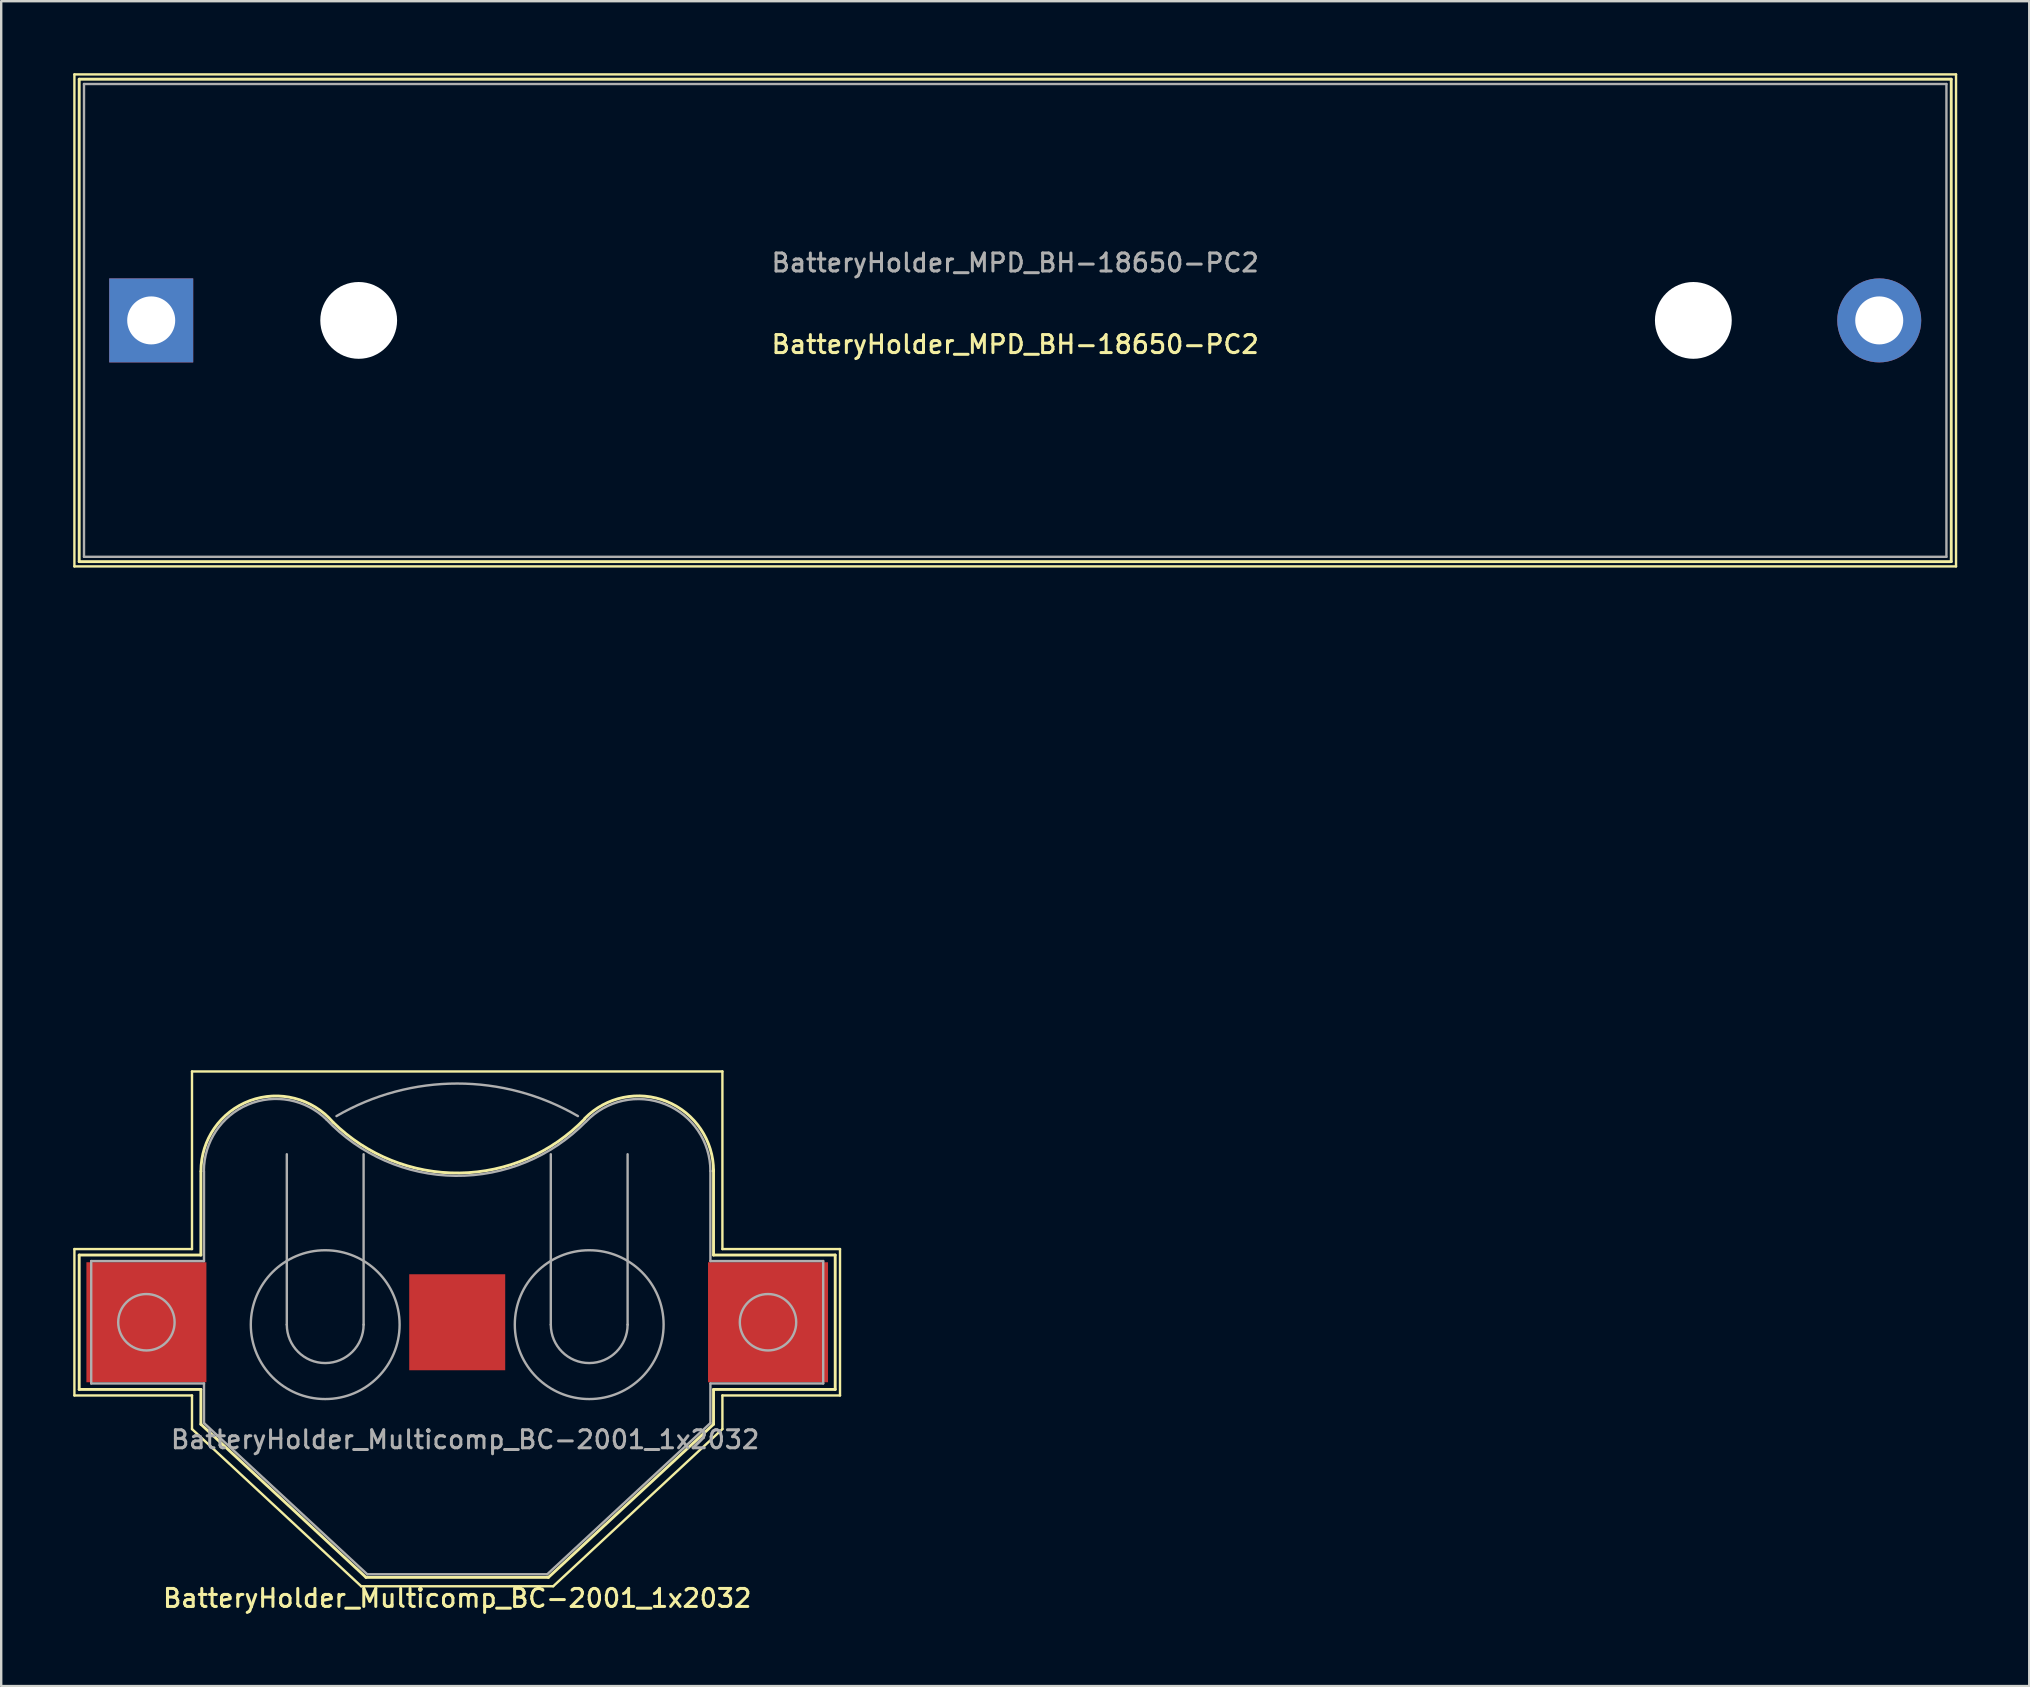
<source format=kicad_pcb>
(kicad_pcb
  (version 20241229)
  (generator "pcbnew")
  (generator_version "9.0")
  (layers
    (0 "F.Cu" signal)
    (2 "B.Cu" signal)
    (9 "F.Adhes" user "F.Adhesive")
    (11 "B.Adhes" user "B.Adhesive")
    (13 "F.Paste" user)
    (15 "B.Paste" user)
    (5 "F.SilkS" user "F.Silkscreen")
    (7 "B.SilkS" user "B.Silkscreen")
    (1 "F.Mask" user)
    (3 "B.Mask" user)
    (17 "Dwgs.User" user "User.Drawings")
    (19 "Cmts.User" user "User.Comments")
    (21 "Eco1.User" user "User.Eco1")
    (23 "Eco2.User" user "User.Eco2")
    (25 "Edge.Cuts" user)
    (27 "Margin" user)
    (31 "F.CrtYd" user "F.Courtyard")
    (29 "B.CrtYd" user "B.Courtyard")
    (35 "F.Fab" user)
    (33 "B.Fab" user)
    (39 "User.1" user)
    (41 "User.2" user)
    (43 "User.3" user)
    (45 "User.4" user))
  (footprint "BatteryHolder_MPD_BH-18650-PC2"
    (layer "F.Cu")
    (at 3.25 10.3)
    (property "Reference" "BatteryHolder_MPD_BH-18650-PC2" (at 36 1 0) (layer "F.SilkS") (effects (font (size 0.75 0.75) (thickness 0.125))))
    (attr through_hole)
    (fp_line (start -3.2 -10.25) (end 75.2 -10.25) (stroke (width 0.1) (type solid)) (layer "F.SilkS"))
    (fp_line (start -3.2 10.25) (end -3.2 -10.25) (stroke (width 0.1) (type solid)) (layer "F.SilkS"))
    (fp_line (start -3 -10.05) (end 75 -10.05) (stroke (width 0.12) (type solid)) (layer "F.SilkS"))
    (fp_line (start -3 10.05) (end -3 -10.05) (stroke (width 0.12) (type solid)) (layer "F.SilkS"))
    (fp_line (start 75 -10.05) (end 75 10.05) (stroke (width 0.12) (type solid)) (layer "F.SilkS"))
    (fp_line (start 75 10.05) (end -3 10.05) (stroke (width 0.12) (type solid)) (layer "F.SilkS"))
    (fp_line (start 75.2 -10.25) (end 75.2 10.25) (stroke (width 0.1) (type solid)) (layer "F.SilkS"))
    (fp_line (start 75.2 10.25) (end -3.2 10.25) (stroke (width 0.1) (type solid)) (layer "F.SilkS"))
    (fp_line (start -2.8 -9.85) (end 74.8 -9.85) (stroke (width 0.1) (type solid)) (layer "F.Fab"))
    (fp_line (start -2.8 9.85) (end -2.8 -9.85) (stroke (width 0.1) (type solid)) (layer "F.Fab"))
    (fp_line (start 74.8 -9.85) (end 74.8 9.85) (stroke (width 0.1) (type solid)) (layer "F.Fab"))
    (fp_line (start 74.8 9.85) (end -2.8 9.85) (stroke (width 0.1) (type solid)) (layer "F.Fab"))
    (fp_text user "${REFERENCE}" (at 36 -2.4 0) (layer "F.Fab") (effects (font (size 0.75 0.75) (thickness 0.125))))
    (pad "" np_thru_hole circle (at 8.645 0) (size 3.2 3.2) (drill 3.2) (layers "*.Cu" "*.Mask"))
    (pad "" np_thru_hole circle (at 64.255 0) (size 3.2 3.2) (drill 3.2) (layers "*.Cu" "*.Mask"))
    (pad "1" thru_hole rect (at 0 0) (size 3.5 3.5) (drill 2) (layers "*.Cu" "*.Mask"))
    (pad "2" thru_hole circle (at 72 0) (size 3.5 3.5) (drill 2) (layers "*.Cu" "*.Mask")))
  (footprint "BatteryHolder_Multicomp_BC-2001_1x2032"
    (layer "F.Cu")
    (at 16 52.043)
    (property "Reference" "BatteryHolder_Multicomp_BC-2001_1x2032" (at 0 11.5 0) (layer "F.SilkS") (effects (font (size 0.75 0.75) (thickness 0.125))))
    (attr smd)
    (fp_line (start -15.95 -3.05) (end -15.95 3.05) (stroke (width 0.1) (type solid)) (layer "F.SilkS"))
    (fp_line (start -15.95 -3.05) (end -11.05 -3.05) (stroke (width 0.1) (type solid)) (layer "F.SilkS"))
    (fp_line (start -15.95 3.05) (end -11.05 3.05) (stroke (width 0.1) (type solid)) (layer "F.SilkS"))
    (fp_line (start -15.75 -2.8) (end -10.68 -2.8) (stroke (width 0.12) (type solid)) (layer "F.SilkS"))
    (fp_line (start -15.75 2.8) (end -15.75 -2.8) (stroke (width 0.12) (type solid)) (layer "F.SilkS"))
    (fp_line (start -15.75 2.8) (end -10.68 2.8) (stroke (width 0.12) (type solid)) (layer "F.SilkS"))
    (fp_line (start -11.05 -10.45) (end 11.05 -10.45) (stroke (width 0.1) (type solid)) (layer "F.SilkS"))
    (fp_line (start -11.05 -3.05) (end -11.05 -10.45) (stroke (width 0.1) (type solid)) (layer "F.SilkS"))
    (fp_line (start -11.05 3.05) (end -11.05 4.45) (stroke (width 0.1) (type solid)) (layer "F.SilkS"))
    (fp_line (start -11.05 4.45) (end -4 11) (stroke (width 0.1) (type solid)) (layer "F.SilkS"))
    (fp_line (start -10.68 -2.8) (end -10.68 -6.28) (stroke (width 0.12) (type solid)) (layer "F.SilkS"))
    (fp_line (start -10.68 2.8) (end -10.68 4.25) (stroke (width 0.12) (type solid)) (layer "F.SilkS"))
    (fp_line (start -10.68 4.25) (end -3.8 10.63) (stroke (width 0.12) (type solid)) (layer "F.SilkS"))
    (fp_line (start -4 11) (end 4 11) (stroke (width 0.1) (type solid)) (layer "F.SilkS"))
    (fp_line (start 3.8 10.63) (end -3.8 10.63) (stroke (width 0.12) (type solid)) (layer "F.SilkS"))
    (fp_line (start 4 11) (end 11.05 4.45) (stroke (width 0.1) (type solid)) (layer "F.SilkS"))
    (fp_line (start 10.68 -2.8) (end 10.68 -6.35) (stroke (width 0.12) (type solid)) (layer "F.SilkS"))
    (fp_line (start 10.68 2.8) (end 10.68 4.25) (stroke (width 0.12) (type solid)) (layer "F.SilkS"))
    (fp_line (start 10.68 2.8) (end 15.75 2.8) (stroke (width 0.12) (type solid)) (layer "F.SilkS"))
    (fp_line (start 10.68 4.25) (end 3.8 10.63) (stroke (width 0.12) (type solid)) (layer "F.SilkS"))
    (fp_line (start 11.05 -3.05) (end 11.05 -10.45) (stroke (width 0.1) (type solid)) (layer "F.SilkS"))
    (fp_line (start 11.05 -3.05) (end 15.95 -3.05) (stroke (width 0.1) (type solid)) (layer "F.SilkS"))
    (fp_line (start 11.05 3.05) (end 11.05 4.45) (stroke (width 0.1) (type solid)) (layer "F.SilkS"))
    (fp_line (start 11.05 3.05) (end 15.95 3.05) (stroke (width 0.1) (type solid)) (layer "F.SilkS"))
    (fp_line (start 15.75 -2.8) (end 10.68 -2.8) (stroke (width 0.12) (type solid)) (layer "F.SilkS"))
    (fp_line (start 15.75 2.8) (end 15.75 -2.8) (stroke (width 0.12) (type solid)) (layer "F.SilkS"))
    (fp_line (start 15.95 3.05) (end 15.95 -3.05) (stroke (width 0.1) (type solid)) (layer "F.SilkS"))
    (fp_arc (start -10.677058 -6.3) (mid -8.637972 -9.23169) (end -5.180001 -8.339999) (stroke (width 0.12) (type solid)) (layer "F.SilkS"))
    (fp_arc (start 5.306422 -8.467392) (mid 0.096808 -6.218103) (end -5.169999 -8.330001) (stroke (width 0.12) (type solid)) (layer "F.SilkS"))
    (fp_arc (start 5.316452 -8.492753) (mid 8.734461 -9.197232) (end 10.68 -6.3) (stroke (width 0.12) (type solid)) (layer "F.SilkS"))
    (fp_line (start -15.25 -2.55) (end -15.25 2.55) (stroke (width 0.1) (type solid)) (layer "F.Fab"))
    (fp_line (start -15.25 -2.55) (end -10.55 -2.55) (stroke (width 0.1) (type solid)) (layer "F.Fab"))
    (fp_line (start -15.25 2.55) (end -10.55 2.55) (stroke (width 0.1) (type solid)) (layer "F.Fab"))
    (fp_line (start -10.55 -6.29) (end -10.55 -2.55) (stroke (width 0.1) (type solid)) (layer "F.Fab"))
    (fp_line (start -10.55 2.55) (end -10.55 4.2) (stroke (width 0.1) (type solid)) (layer "F.Fab"))
    (fp_line (start -10.55 4.2) (end -3.75 10.5) (stroke (width 0.1) (type solid)) (layer "F.Fab"))
    (fp_line (start -7.1 0.1) (end -7.1 -7) (stroke (width 0.1) (type solid)) (layer "F.Fab"))
    (fp_line (start -3.9 0.1) (end -3.9 -7) (stroke (width 0.1) (type solid)) (layer "F.Fab"))
    (fp_line (start -3.75 10.5) (end 3.75 10.5) (stroke (width 0.1) (type solid)) (layer "F.Fab"))
    (fp_line (start 3.9 0.1) (end 3.9 -7) (stroke (width 0.1) (type solid)) (layer "F.Fab"))
    (fp_line (start 7.1 0.1) (end 7.1 -7) (stroke (width 0.1) (type solid)) (layer "F.Fab"))
    (fp_line (start 10.55 -6.3) (end 10.55 -2.55) (stroke (width 0.1) (type solid)) (layer "F.Fab"))
    (fp_line (start 10.55 -2.55) (end 15.25 -2.55) (stroke (width 0.1) (type solid)) (layer "F.Fab"))
    (fp_line (start 10.55 2.55) (end 10.55 4.2) (stroke (width 0.1) (type solid)) (layer "F.Fab"))
    (fp_line (start 10.55 2.55) (end 15.25 2.55) (stroke (width 0.1) (type solid)) (layer "F.Fab"))
    (fp_line (start 10.55 4.2) (end 3.75 10.5) (stroke (width 0.1) (type solid)) (layer "F.Fab"))
    (fp_line (start 15.25 2.55) (end 15.25 -2.55) (stroke (width 0.1) (type solid)) (layer "F.Fab"))
    (fp_arc (start -10.55541 -6.3) (mid -8.716433 -9.069824) (end -5.450001 -8.449999) (stroke (width 0.1) (type solid)) (layer "F.Fab"))
    (fp_arc (start -5.03 -8.59) (mid 0.000119 -9.946168) (end 5.030206 -8.58988) (stroke (width 0.1) (type default)) (layer "F.Fab"))
    (fp_arc (start -3.9 0.1) (mid -5.5 1.7) (end -7.1 0.1) (stroke (width 0.1) (type solid)) (layer "F.Fab"))
    (fp_arc (start 5.351903 -8.348132) (mid -0.070711 -6.102001) (end -5.449999 -8.450001) (stroke (width 0.1) (type solid)) (layer "F.Fab"))
    (fp_arc (start 5.376326 -8.367641) (mid 8.663323 -9.085769) (end 10.55 -6.3) (stroke (width 0.1) (type solid)) (layer "F.Fab"))
    (fp_arc (start 7.1 0.1) (mid 5.5 1.7) (end 3.9 0.1) (stroke (width 0.1) (type solid)) (layer "F.Fab"))
    (fp_circle (center -12.95 0) (end -11.775 0) (stroke (width 0.1) (type solid)) (fill no) (layer "F.Fab"))
    (fp_circle (center -5.5 0.1) (end -2.4 0.1) (stroke (width 0.1) (type solid)) (fill no) (layer "F.Fab"))
    (fp_circle (center 5.5 0.1) (end 8.6 0.1) (stroke (width 0.1) (type solid)) (fill no) (layer "F.Fab"))
    (fp_circle (center 12.95 0) (end 14.125 0) (stroke (width 0.1) (type solid)) (fill no) (layer "F.Fab"))
    (fp_text user "${REFERENCE}" (at 0.33 4.89 0) (layer "F.Fab") (effects (font (size 0.75 0.75) (thickness 0.125))))
    (pad "1" smd rect (at -12.95 0) (size 5 5) (layers "F.Cu" "F.Mask" "F.Paste"))
    (pad "1" smd rect (at 12.95 0) (size 5 5) (layers "F.Cu" "F.Mask" "F.Paste"))
    (pad "2" smd rect (at 0 0) (size 4 4) (layers "F.Cu" "F.Mask" "F.Paste"))
    (zone (net_name "") (layers "F.Cu" "F.Fab") (hatch edge 0.5) (connect_pads) (min_thickness 0.25) (filled_areas_thickness no) (keepout (tracks allowed) (vias allowed) (pads allowed) (copperpour allowed) (footprints not_allowed)) (placement (enabled no)) (fill) (polygon (pts (xy 16.969 23.64) (xy 17.614 23.72) (xy 18.253 23.839) (xy 18.883 23.998) (xy 19.502 24.195) (xy 20.108 24.429) (xy 20.699 24.701) (xy 21.271 25.008) (xy 21.823 25.351) (xy 22.354 25.726) (xy 22.86 26.133) (xy 23.34 26.571) (xy 23.793 27.038) (xy 24.215 27.531) (xy 24.607 28.05) (xy 24.966 28.591) (xy 25.291 29.154) (xy 25.58 29.736) (xy 25.834 30.334) (xy 26.05 30.947) (xy 26.227 31.572) (xy 26.366 32.207) (xy 26.466 32.849) (xy 26.526 33.496) (xy 26.546 34.145) (xy 26.526 34.795) (xy 26.466 35.442) (xy 26.366 36.084) (xy 26.227 36.718) (xy 26.05 37.343) (xy 25.834 37.956) (xy 25.58 38.555) (xy 25.291 39.136) (xy 24.966 39.699) (xy 24.607 40.241) (xy 24.215 40.759) (xy 23.793 41.253) (xy 23.34 41.719) (xy 22.86 42.157) (xy 22.354 42.564) (xy 21.823 42.94) (xy 21.271 43.282) (xy 20.699 43.589) (xy 20.108 43.861) (xy 19.502 44.096) (xy 18.883 44.292) (xy 18.253 44.451) (xy 17.614 44.57) (xy 16.969 44.65) (xy 16.321 44.69) (xy 15.671 44.69) (xy 15.023 44.65) (xy 14.378 44.57) (xy 13.739 44.451) (xy 13.109 44.292) (xy 12.49 44.096) (xy 11.884 43.861) (xy 11.293 43.589) (xy 10.721 43.282) (xy 10.168 42.94) (xy 9.638 42.564) (xy 9.132 42.157) (xy 8.652 41.719) (xy 8.199 41.253) (xy 7.777 40.759) (xy 7.385 40.241) (xy 7.026 39.699) (xy 6.701 39.136) (xy 6.412 38.555) (xy 6.158 37.956) (xy 5.942 37.343) (xy 5.764 36.718) (xy 5.625 36.084) (xy 5.526 35.442) (xy 5.466 34.795) (xy 5.446 34.145) (xy 5.466 33.496) (xy 5.526 32.849) (xy 5.625 32.207) (xy 5.764 31.572) (xy 5.942 30.947) (xy 6.158 30.334) (xy 6.412 29.736) (xy 6.701 29.154) (xy 7.026 28.591) (xy 7.385 28.05) (xy 7.777 27.531) (xy 8.199 27.038) (xy 8.652 26.571) (xy 9.132 26.133) (xy 9.638 25.726) (xy 10.168 25.351) (xy 10.721 25.008) (xy 11.293 24.701) (xy 11.884 24.429) (xy 12.49 24.195) (xy 13.109 23.998) (xy 13.739 23.839) (xy 14.378 23.72) (xy 15.023 23.64) (xy 15.671 23.6) (xy 16.321 23.6)))))
  (gr_rect
    (start -3 -3)
    (end 81.5 67.202)
    (stroke (width 0.1) (type default))
    (fill no)
    (layer "Edge.Cuts")))
</source>
